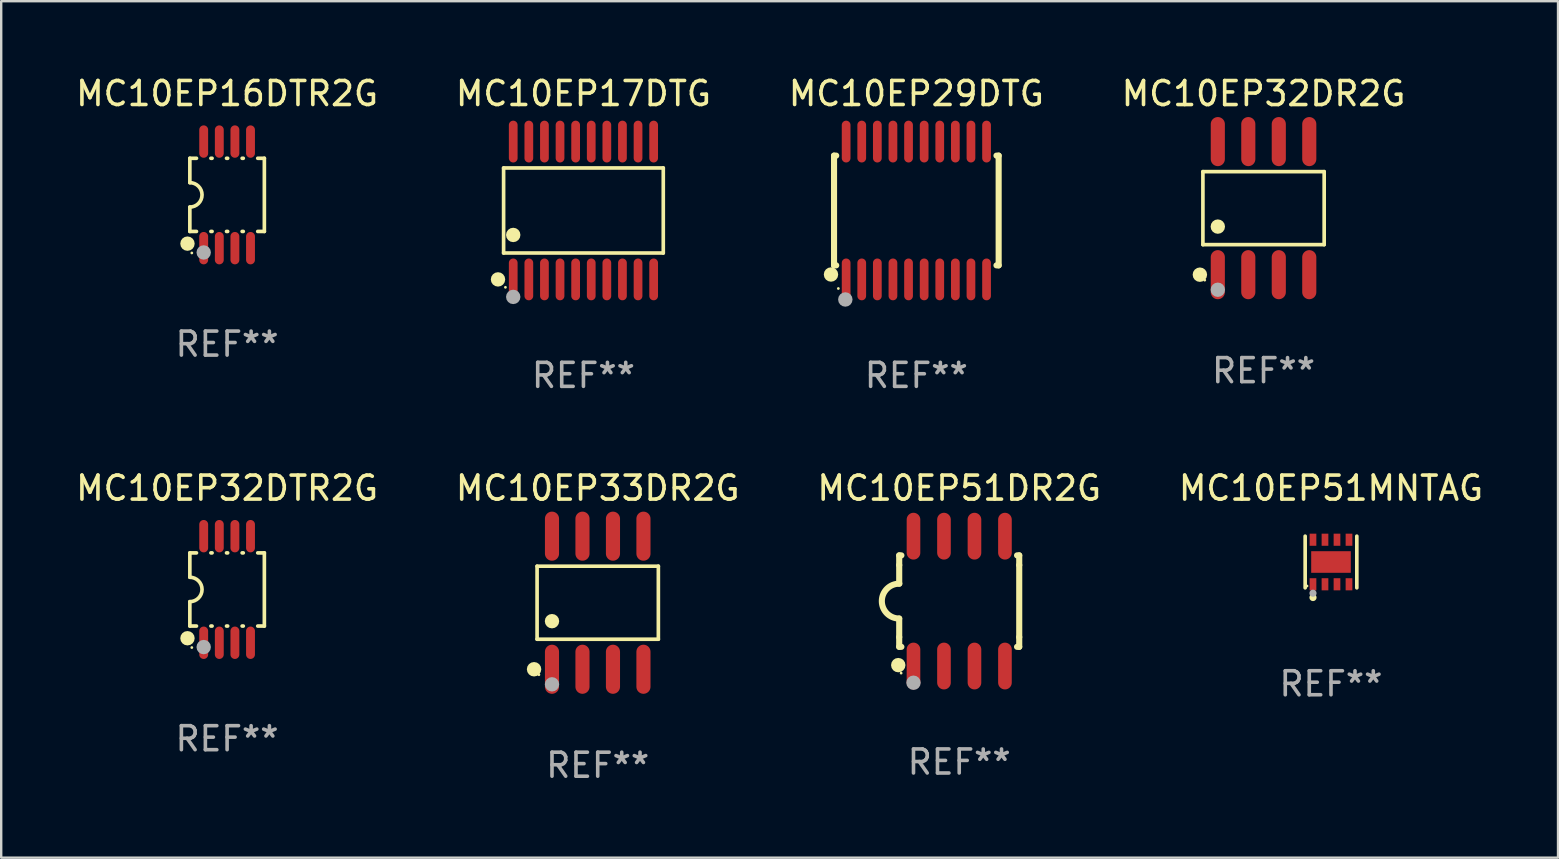
<source format=kicad_pcb>
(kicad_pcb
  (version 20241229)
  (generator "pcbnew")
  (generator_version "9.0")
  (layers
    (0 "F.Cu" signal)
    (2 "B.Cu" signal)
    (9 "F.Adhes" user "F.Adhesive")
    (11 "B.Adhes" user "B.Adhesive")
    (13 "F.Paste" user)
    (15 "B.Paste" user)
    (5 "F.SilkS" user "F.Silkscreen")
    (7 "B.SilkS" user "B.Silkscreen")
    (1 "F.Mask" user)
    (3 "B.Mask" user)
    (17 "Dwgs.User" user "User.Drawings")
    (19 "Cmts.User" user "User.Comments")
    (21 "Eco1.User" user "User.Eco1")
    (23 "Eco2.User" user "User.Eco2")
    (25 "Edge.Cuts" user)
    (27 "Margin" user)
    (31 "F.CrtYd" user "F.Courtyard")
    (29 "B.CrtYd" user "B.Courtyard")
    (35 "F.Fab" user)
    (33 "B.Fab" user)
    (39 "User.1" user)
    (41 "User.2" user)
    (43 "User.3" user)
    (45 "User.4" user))
  (footprint "MC10EP32DR2G"
    (layer "F.Cu")
    (at 49.589 5.621)
    (property "Reference" "MC10EP32DR2G" (at 0 -4.772 0) (layer "F.SilkS") (effects (font (size 1 1) (thickness 0.15))))
    (attr through_hole)
    (fp_line (start -2.526 -1.521) (end 2.526 -1.521) (stroke (width 0.152) (type solid)) (layer "F.SilkS"))
    (fp_line (start -2.526 1.521) (end -2.526 -1.521) (stroke (width 0.152) (type solid)) (layer "F.SilkS"))
    (fp_line (start 2.526 -1.521) (end 2.526 1.521) (stroke (width 0.152) (type solid)) (layer "F.SilkS"))
    (fp_line (start 2.526 1.521) (end -2.526 1.521) (stroke (width 0.152) (type solid)) (layer "F.SilkS"))
    (fp_circle (center -2.652 2.772) (end -2.501 2.772) (stroke (width 0.3) (type solid)) (fill no) (layer "F.SilkS"))
    (fp_circle (center -2.45 3) (end -2.42 3) (stroke (width 0.06) (type solid)) (fill no) (layer "F.SilkS"))
    (fp_circle (center -1.905 0.769) (end -1.755 0.769) (stroke (width 0.3) (type solid)) (fill no) (layer "F.SilkS"))
    (fp_circle (center -1.905 3.4) (end -1.755 3.4) (stroke (width 0.3) (type solid)) (fill no) (layer "F.Fab"))
    (fp_text user "REF**" (at 0 6.772 0) (layer "F.Fab") (effects (font (size 1 1) (thickness 0.15))))
    (pad "1" smd oval (at -1.905 2.772) (size 0.588 2.045) (layers "F.Cu" "F.Mask" "F.Paste"))
    (pad "2" smd oval (at -0.635 2.772) (size 0.588 2.045) (layers "F.Cu" "F.Mask" "F.Paste"))
    (pad "3" smd oval (at 0.635 2.772) (size 0.588 2.045) (layers "F.Cu" "F.Mask" "F.Paste"))
    (pad "4" smd oval (at 1.905 2.772) (size 0.588 2.045) (layers "F.Cu" "F.Mask" "F.Paste"))
    (pad "5" smd oval (at 1.905 -2.772) (size 0.588 2.045) (layers "F.Cu" "F.Mask" "F.Paste"))
    (pad "6" smd oval (at 0.635 -2.772) (size 0.588 2.045) (layers "F.Cu" "F.Mask" "F.Paste"))
    (pad "7" smd oval (at -0.635 -2.772) (size 0.588 2.045) (layers "F.Cu" "F.Mask" "F.Paste"))
    (pad "8" smd oval (at -1.905 -2.772) (size 0.588 2.045) (layers "F.Cu" "F.Mask" "F.Paste")))
  (footprint "MC10EP29DTG"
    (layer "F.Cu")
    (at 35.125 5.719)
    (property "Reference" "MC10EP29DTG" (at 0 -4.871 0) (layer "F.SilkS") (effects (font (size 1 1) (thickness 0.15))))
    (attr through_hole)
    (fp_line (start -3.429 -2.286) (end -3.429 2.286) (stroke (width 0.254) (type solid)) (layer "F.SilkS"))
    (fp_line (start -3.429 2.286) (end -3.338 2.286) (stroke (width 0.254) (type solid)) (layer "F.SilkS"))
    (fp_line (start -3.338 -2.286) (end -3.429 -2.286) (stroke (width 0.254) (type solid)) (layer "F.SilkS"))
    (fp_line (start 3.338 -2.286) (end 3.429 -2.286) (stroke (width 0.254) (type solid)) (layer "F.SilkS"))
    (fp_line (start 3.429 -2.286) (end 3.429 2.286) (stroke (width 0.254) (type solid)) (layer "F.SilkS"))
    (fp_line (start 3.429 2.286) (end 3.338 2.286) (stroke (width 0.254) (type solid)) (layer "F.SilkS"))
    (fp_circle (center -3.556 2.667) (end -3.406 2.667) (stroke (width 0.3) (type solid)) (fill no) (layer "F.SilkS"))
    (fp_circle (center -3.25 3.25) (end -3.22 3.25) (stroke (width 0.06) (type solid)) (fill no) (layer "F.SilkS"))
    (fp_circle (center -2.959 3.707) (end -2.808 3.707) (stroke (width 0.3) (type solid)) (fill no) (layer "F.Fab"))
    (fp_text user "REF**" (at 0 6.871 0) (layer "F.Fab") (effects (font (size 1 1) (thickness 0.15))))
    (pad "1" smd oval (at -2.925 2.871) (size 0.364 1.742) (layers "F.Cu" "F.Mask" "F.Paste"))
    (pad "2" smd oval (at -2.275 2.871) (size 0.364 1.742) (layers "F.Cu" "F.Mask" "F.Paste"))
    (pad "3" smd oval (at -1.625 2.871) (size 0.364 1.742) (layers "F.Cu" "F.Mask" "F.Paste"))
    (pad "4" smd oval (at -0.975 2.871) (size 0.364 1.742) (layers "F.Cu" "F.Mask" "F.Paste"))
    (pad "5" smd oval (at -0.325 2.871) (size 0.364 1.742) (layers "F.Cu" "F.Mask" "F.Paste"))
    (pad "6" smd oval (at 0.325 2.871) (size 0.364 1.742) (layers "F.Cu" "F.Mask" "F.Paste"))
    (pad "7" smd oval (at 0.975 2.871) (size 0.364 1.742) (layers "F.Cu" "F.Mask" "F.Paste"))
    (pad "8" smd oval (at 1.625 2.871) (size 0.364 1.742) (layers "F.Cu" "F.Mask" "F.Paste"))
    (pad "9" smd oval (at 2.275 2.871) (size 0.364 1.742) (layers "F.Cu" "F.Mask" "F.Paste"))
    (pad "10" smd oval (at 2.925 2.871) (size 0.364 1.742) (layers "F.Cu" "F.Mask" "F.Paste"))
    (pad "11" smd oval (at 2.925 -2.871) (size 0.364 1.742) (layers "F.Cu" "F.Mask" "F.Paste"))
    (pad "12" smd oval (at 2.275 -2.871) (size 0.364 1.742) (layers "F.Cu" "F.Mask" "F.Paste"))
    (pad "13" smd oval (at 1.625 -2.871) (size 0.364 1.742) (layers "F.Cu" "F.Mask" "F.Paste"))
    (pad "14" smd oval (at 0.975 -2.871) (size 0.364 1.742) (layers "F.Cu" "F.Mask" "F.Paste"))
    (pad "15" smd oval (at 0.325 -2.871) (size 0.364 1.742) (layers "F.Cu" "F.Mask" "F.Paste"))
    (pad "16" smd oval (at -0.325 -2.871) (size 0.364 1.742) (layers "F.Cu" "F.Mask" "F.Paste"))
    (pad "17" smd oval (at -0.975 -2.871) (size 0.364 1.742) (layers "F.Cu" "F.Mask" "F.Paste"))
    (pad "18" smd oval (at -1.625 -2.871) (size 0.364 1.742) (layers "F.Cu" "F.Mask" "F.Paste"))
    (pad "19" smd oval (at -2.275 -2.871) (size 0.364 1.742) (layers "F.Cu" "F.Mask" "F.Paste"))
    (pad "20" smd oval (at -2.925 -2.871) (size 0.364 1.742) (layers "F.Cu" "F.Mask" "F.Paste")))
  (footprint "MC10EP33DR2G"
    (layer "F.Cu")
    (at 21.851 22.059)
    (property "Reference" "MC10EP33DR2G" (at 0 -4.772 0) (layer "F.SilkS") (effects (font (size 1 1) (thickness 0.15))))
    (attr through_hole)
    (fp_line (start -2.526 -1.521) (end 2.526 -1.521) (stroke (width 0.152) (type solid)) (layer "F.SilkS"))
    (fp_line (start -2.526 1.521) (end -2.526 -1.521) (stroke (width 0.152) (type solid)) (layer "F.SilkS"))
    (fp_line (start 2.526 -1.521) (end 2.526 1.521) (stroke (width 0.152) (type solid)) (layer "F.SilkS"))
    (fp_line (start 2.526 1.521) (end -2.526 1.521) (stroke (width 0.152) (type solid)) (layer "F.SilkS"))
    (fp_circle (center -2.652 2.772) (end -2.501 2.772) (stroke (width 0.3) (type solid)) (fill no) (layer "F.SilkS"))
    (fp_circle (center -2.45 3) (end -2.42 3) (stroke (width 0.06) (type solid)) (fill no) (layer "F.SilkS"))
    (fp_circle (center -1.905 0.769) (end -1.755 0.769) (stroke (width 0.3) (type solid)) (fill no) (layer "F.SilkS"))
    (fp_circle (center -1.905 3.4) (end -1.755 3.4) (stroke (width 0.3) (type solid)) (fill no) (layer "F.Fab"))
    (fp_text user "REF**" (at 0 6.772 0) (layer "F.Fab") (effects (font (size 1 1) (thickness 0.15))))
    (pad "1" smd oval (at -1.905 2.772) (size 0.588 2.045) (layers "F.Cu" "F.Mask" "F.Paste"))
    (pad "2" smd oval (at -0.635 2.772) (size 0.588 2.045) (layers "F.Cu" "F.Mask" "F.Paste"))
    (pad "3" smd oval (at 0.635 2.772) (size 0.588 2.045) (layers "F.Cu" "F.Mask" "F.Paste"))
    (pad "4" smd oval (at 1.905 2.772) (size 0.588 2.045) (layers "F.Cu" "F.Mask" "F.Paste"))
    (pad "5" smd oval (at 1.905 -2.772) (size 0.588 2.045) (layers "F.Cu" "F.Mask" "F.Paste"))
    (pad "6" smd oval (at 0.635 -2.772) (size 0.588 2.045) (layers "F.Cu" "F.Mask" "F.Paste"))
    (pad "7" smd oval (at -0.635 -2.772) (size 0.588 2.045) (layers "F.Cu" "F.Mask" "F.Paste"))
    (pad "8" smd oval (at -1.905 -2.772) (size 0.588 2.045) (layers "F.Cu" "F.Mask" "F.Paste")))
  (footprint "MC10EP32DTR2G"
    (layer "F.Cu")
    (at 6.411 21.507)
    (property "Reference" "MC10EP32DTR2G" (at 0 -4.22 0) (layer "F.SilkS") (effects (font (size 1 1) (thickness 0.15))))
    (attr through_hole)
    (fp_line (start -1.552 -1.524) (end -1.276 -1.524) (stroke (width 0.152) (type solid)) (layer "F.SilkS"))
    (fp_line (start -1.552 -0.508) (end -1.552 -1.524) (stroke (width 0.152) (type solid)) (layer "F.SilkS"))
    (fp_line (start -1.552 1.524) (end -1.552 0.508) (stroke (width 0.152) (type solid)) (layer "F.SilkS"))
    (fp_line (start -1.552 1.524) (end -1.276 1.524) (stroke (width 0.152) (type solid)) (layer "F.SilkS"))
    (fp_line (start -0.674 -1.524) (end -0.626 -1.524) (stroke (width 0.152) (type solid)) (layer "F.SilkS"))
    (fp_line (start -0.674 1.524) (end -0.626 1.524) (stroke (width 0.152) (type solid)) (layer "F.SilkS"))
    (fp_line (start -0.024 -1.524) (end 0.024 -1.524) (stroke (width 0.152) (type solid)) (layer "F.SilkS"))
    (fp_line (start -0.024 1.524) (end 0.024 1.524) (stroke (width 0.152) (type solid)) (layer "F.SilkS"))
    (fp_line (start 0.626 -1.524) (end 0.674 -1.524) (stroke (width 0.152) (type solid)) (layer "F.SilkS"))
    (fp_line (start 0.626 1.524) (end 0.674 1.524) (stroke (width 0.152) (type solid)) (layer "F.SilkS"))
    (fp_line (start 1.276 1.524) (end 1.552 1.524) (stroke (width 0.152) (type solid)) (layer "F.SilkS"))
    (fp_line (start 1.276 -1.524) (end 1.552 -1.524) (stroke (width 0.152) (type solid)) (layer "F.SilkS"))
    (fp_line (start 1.552 -1.524) (end 1.552 1.524) (stroke (width 0.152) (type solid)) (layer "F.SilkS"))
    (fp_arc (start -1.551943 -0.508001) (mid -1.043942 0) (end -1.551943 0.508001) (stroke (width 0.151994) (type solid)) (layer "F.SilkS"))
    (fp_circle (center -1.651 2.032) (end -1.501 2.032) (stroke (width 0.3) (type solid)) (fill no) (layer "F.SilkS"))
    (fp_circle (center -1.47 2.42) (end -1.44 2.42) (stroke (width 0.06) (type solid)) (fill no) (layer "F.SilkS"))
    (fp_circle (center -0.975 2.4) (end -0.825 2.4) (stroke (width 0.3) (type solid)) (fill no) (layer "F.Fab"))
    (fp_text user "REF**" (at 0 6.22 0) (layer "F.Fab") (effects (font (size 1 1) (thickness 0.15))))
    (pad "1" smd oval (at -0.975 2.22) (size 0.37 1.35) (layers "F.Cu" "F.Mask" "F.Paste"))
    (pad "2" smd oval (at -0.325 2.22) (size 0.37 1.35) (layers "F.Cu" "F.Mask" "F.Paste"))
    (pad "3" smd oval (at 0.325 2.22) (size 0.37 1.35) (layers "F.Cu" "F.Mask" "F.Paste"))
    (pad "4" smd oval (at 0.975 2.22) (size 0.37 1.35) (layers "F.Cu" "F.Mask" "F.Paste"))
    (pad "5" smd oval (at 0.975 -2.22) (size 0.37 1.35) (layers "F.Cu" "F.Mask" "F.Paste"))
    (pad "6" smd oval (at 0.325 -2.22) (size 0.37 1.35) (layers "F.Cu" "F.Mask" "F.Paste"))
    (pad "7" smd oval (at -0.325 -2.22) (size 0.37 1.35) (layers "F.Cu" "F.Mask" "F.Paste"))
    (pad "8" smd oval (at -0.975 -2.22) (size 0.37 1.35) (layers "F.Cu" "F.Mask" "F.Paste")))
  (footprint "MC10EP51MNTAG"
    (layer "F.Cu")
    (at 52.399 20.363)
    (property "Reference" "MC10EP51MNTAG" (at 0 -3.076 0) (layer "F.SilkS") (effects (font (size 1 1) (thickness 0.15))))
    (attr through_hole)
    (fp_line (start -1.076 1.076) (end -1.076 -1.076) (stroke (width 0.152) (type solid)) (layer "F.SilkS"))
    (fp_line (start 1.076 1.076) (end 1.076 -1.076) (stroke (width 0.152) (type solid)) (layer "F.SilkS"))
    (fp_circle (center -1 1) (end -0.97 1) (stroke (width 0.06) (type solid)) (fill no) (layer "F.SilkS"))
    (fp_circle (center -0.75 1.48) (end -0.675 1.48) (stroke (width 0.15) (type solid)) (fill no) (layer "F.SilkS"))
    (fp_circle (center -0.75 1.3) (end -0.675 1.3) (stroke (width 0.15) (type solid)) (fill no) (layer "F.Fab"))
    (fp_text user "REF**" (at 0 5.076 0) (layer "F.Fab") (effects (font (size 1 1) (thickness 0.15))))
    (pad "1" smd rect (at -0.75 0.928) (size 0.28 0.505) (layers "F.Cu" "F.Mask" "F.Paste"))
    (pad "2" smd rect (at -0.25 0.928) (size 0.28 0.505) (layers "F.Cu" "F.Mask" "F.Paste"))
    (pad "3" smd rect (at 0.25 0.928) (size 0.28 0.505) (layers "F.Cu" "F.Mask" "F.Paste"))
    (pad "4" smd rect (at 0.75 0.928) (size 0.28 0.505) (layers "F.Cu" "F.Mask" "F.Paste"))
    (pad "5" smd rect (at 0.75 -0.928) (size 0.28 0.505) (layers "F.Cu" "F.Mask" "F.Paste"))
    (pad "6" smd rect (at 0.25 -0.928) (size 0.28 0.505) (layers "F.Cu" "F.Mask" "F.Paste"))
    (pad "7" smd rect (at -0.25 -0.928) (size 0.28 0.505) (layers "F.Cu" "F.Mask" "F.Paste"))
    (pad "8" smd rect (at -0.75 -0.928) (size 0.28 0.505) (layers "F.Cu" "F.Mask" "F.Paste"))
    (pad "9" smd rect (at 0 0) (size 1.65 0.9) (layers "F.Cu" "F.Mask" "F.Paste")))
  (footprint "MC10EP16DTR2G"
    (layer "F.Cu")
    (at 6.411 5.068)
    (property "Reference" "MC10EP16DTR2G" (at 0 -4.22 0) (layer "F.SilkS") (effects (font (size 1 1) (thickness 0.15))))
    (attr through_hole)
    (fp_line (start -1.552 -1.524) (end -1.276 -1.524) (stroke (width 0.152) (type solid)) (layer "F.SilkS"))
    (fp_line (start -1.552 -0.508) (end -1.552 -1.524) (stroke (width 0.152) (type solid)) (layer "F.SilkS"))
    (fp_line (start -1.552 1.524) (end -1.552 0.508) (stroke (width 0.152) (type solid)) (layer "F.SilkS"))
    (fp_line (start -1.552 1.524) (end -1.276 1.524) (stroke (width 0.152) (type solid)) (layer "F.SilkS"))
    (fp_line (start -0.674 -1.524) (end -0.626 -1.524) (stroke (width 0.152) (type solid)) (layer "F.SilkS"))
    (fp_line (start -0.674 1.524) (end -0.626 1.524) (stroke (width 0.152) (type solid)) (layer "F.SilkS"))
    (fp_line (start -0.024 -1.524) (end 0.024 -1.524) (stroke (width 0.152) (type solid)) (layer "F.SilkS"))
    (fp_line (start -0.024 1.524) (end 0.024 1.524) (stroke (width 0.152) (type solid)) (layer "F.SilkS"))
    (fp_line (start 0.626 -1.524) (end 0.674 -1.524) (stroke (width 0.152) (type solid)) (layer "F.SilkS"))
    (fp_line (start 0.626 1.524) (end 0.674 1.524) (stroke (width 0.152) (type solid)) (layer "F.SilkS"))
    (fp_line (start 1.276 1.524) (end 1.552 1.524) (stroke (width 0.152) (type solid)) (layer "F.SilkS"))
    (fp_line (start 1.276 -1.524) (end 1.552 -1.524) (stroke (width 0.152) (type solid)) (layer "F.SilkS"))
    (fp_line (start 1.552 -1.524) (end 1.552 1.524) (stroke (width 0.152) (type solid)) (layer "F.SilkS"))
    (fp_arc (start -1.551943 -0.508001) (mid -1.043942 0) (end -1.551943 0.508001) (stroke (width 0.151994) (type solid)) (layer "F.SilkS"))
    (fp_circle (center -1.651 2.032) (end -1.501 2.032) (stroke (width 0.3) (type solid)) (fill no) (layer "F.SilkS"))
    (fp_circle (center -1.47 2.42) (end -1.44 2.42) (stroke (width 0.06) (type solid)) (fill no) (layer "F.SilkS"))
    (fp_circle (center -0.975 2.4) (end -0.825 2.4) (stroke (width 0.3) (type solid)) (fill no) (layer "F.Fab"))
    (fp_text user "REF**" (at 0 6.22 0) (layer "F.Fab") (effects (font (size 1 1) (thickness 0.15))))
    (pad "1" smd oval (at -0.975 2.22) (size 0.37 1.35) (layers "F.Cu" "F.Mask" "F.Paste"))
    (pad "2" smd oval (at -0.325 2.22) (size 0.37 1.35) (layers "F.Cu" "F.Mask" "F.Paste"))
    (pad "3" smd oval (at 0.325 2.22) (size 0.37 1.35) (layers "F.Cu" "F.Mask" "F.Paste"))
    (pad "4" smd oval (at 0.975 2.22) (size 0.37 1.35) (layers "F.Cu" "F.Mask" "F.Paste"))
    (pad "5" smd oval (at 0.975 -2.22) (size 0.37 1.35) (layers "F.Cu" "F.Mask" "F.Paste"))
    (pad "6" smd oval (at 0.325 -2.22) (size 0.37 1.35) (layers "F.Cu" "F.Mask" "F.Paste"))
    (pad "7" smd oval (at -0.325 -2.22) (size 0.37 1.35) (layers "F.Cu" "F.Mask" "F.Paste"))
    (pad "8" smd oval (at -0.975 -2.22) (size 0.37 1.35) (layers "F.Cu" "F.Mask" "F.Paste")))
  (footprint "MC10EP17DTG"
    (layer "F.Cu")
    (at 21.256 5.719)
    (property "Reference" "MC10EP17DTG" (at 0 -4.871 0) (layer "F.SilkS") (effects (font (size 1 1) (thickness 0.15))))
    (attr through_hole)
    (fp_line (start -3.326 -1.771) (end 3.326 -1.771) (stroke (width 0.152) (type solid)) (layer "F.SilkS"))
    (fp_line (start -3.326 1.771) (end -3.326 -1.771) (stroke (width 0.152) (type solid)) (layer "F.SilkS"))
    (fp_line (start 3.326 -1.771) (end 3.326 1.771) (stroke (width 0.152) (type solid)) (layer "F.SilkS"))
    (fp_line (start 3.326 1.771) (end -3.326 1.771) (stroke (width 0.152) (type solid)) (layer "F.SilkS"))
    (fp_circle (center -3.559 2.871) (end -3.409 2.871) (stroke (width 0.3) (type solid)) (fill no) (layer "F.SilkS"))
    (fp_circle (center -3.25 3.2) (end -3.22 3.2) (stroke (width 0.06) (type solid)) (fill no) (layer "F.SilkS"))
    (fp_circle (center -2.925 1.019) (end -2.775 1.019) (stroke (width 0.3) (type solid)) (fill no) (layer "F.SilkS"))
    (fp_circle (center -2.925 3.6) (end -2.775 3.6) (stroke (width 0.3) (type solid)) (fill no) (layer "F.Fab"))
    (fp_text user "REF**" (at 0 6.871 0) (layer "F.Fab") (effects (font (size 1 1) (thickness 0.15))))
    (pad "1" smd oval (at -2.925 2.871) (size 0.364 1.742) (layers "F.Cu" "F.Mask" "F.Paste"))
    (pad "2" smd oval (at -2.275 2.871) (size 0.364 1.742) (layers "F.Cu" "F.Mask" "F.Paste"))
    (pad "3" smd oval (at -1.625 2.871) (size 0.364 1.742) (layers "F.Cu" "F.Mask" "F.Paste"))
    (pad "4" smd oval (at -0.975 2.871) (size 0.364 1.742) (layers "F.Cu" "F.Mask" "F.Paste"))
    (pad "5" smd oval (at -0.325 2.871) (size 0.364 1.742) (layers "F.Cu" "F.Mask" "F.Paste"))
    (pad "6" smd oval (at 0.325 2.871) (size 0.364 1.742) (layers "F.Cu" "F.Mask" "F.Paste"))
    (pad "7" smd oval (at 0.975 2.871) (size 0.364 1.742) (layers "F.Cu" "F.Mask" "F.Paste"))
    (pad "8" smd oval (at 1.625 2.871) (size 0.364 1.742) (layers "F.Cu" "F.Mask" "F.Paste"))
    (pad "9" smd oval (at 2.275 2.871) (size 0.364 1.742) (layers "F.Cu" "F.Mask" "F.Paste"))
    (pad "10" smd oval (at 2.925 2.871) (size 0.364 1.742) (layers "F.Cu" "F.Mask" "F.Paste"))
    (pad "11" smd oval (at 2.925 -2.871) (size 0.364 1.742) (layers "F.Cu" "F.Mask" "F.Paste"))
    (pad "12" smd oval (at 2.275 -2.871) (size 0.364 1.742) (layers "F.Cu" "F.Mask" "F.Paste"))
    (pad "13" smd oval (at 1.625 -2.871) (size 0.364 1.742) (layers "F.Cu" "F.Mask" "F.Paste"))
    (pad "14" smd oval (at 0.975 -2.871) (size 0.364 1.742) (layers "F.Cu" "F.Mask" "F.Paste"))
    (pad "15" smd oval (at 0.325 -2.871) (size 0.364 1.742) (layers "F.Cu" "F.Mask" "F.Paste"))
    (pad "16" smd oval (at -0.325 -2.871) (size 0.364 1.742) (layers "F.Cu" "F.Mask" "F.Paste"))
    (pad "17" smd oval (at -0.975 -2.871) (size 0.364 1.742) (layers "F.Cu" "F.Mask" "F.Paste"))
    (pad "18" smd oval (at -1.625 -2.871) (size 0.364 1.742) (layers "F.Cu" "F.Mask" "F.Paste"))
    (pad "19" smd oval (at -2.275 -2.871) (size 0.364 1.742) (layers "F.Cu" "F.Mask" "F.Paste"))
    (pad "20" smd oval (at -2.925 -2.871) (size 0.364 1.742) (layers "F.Cu" "F.Mask" "F.Paste")))
  (footprint "MC10EP51DR2G"
    (layer "F.Cu")
    (at 36.911 21.992)
    (property "Reference" "MC10EP51DR2G" (at 0 -4.705 0) (layer "F.SilkS") (effects (font (size 1 1) (thickness 0.15))))
    (attr through_hole)
    (fp_line (start -2.5 -1.905) (end -2.409 -1.905) (stroke (width 0.254) (type solid)) (layer "F.SilkS"))
    (fp_line (start -2.5 -1.5) (end -2.5 -1.905) (stroke (width 0.254) (type solid)) (layer "F.SilkS"))
    (fp_line (start -2.5 -1.5) (end -2.5 -0.726) (stroke (width 0.254) (type solid)) (layer "F.SilkS"))
    (fp_line (start -2.5 1.5) (end -2.5 0.727) (stroke (width 0.254) (type solid)) (layer "F.SilkS"))
    (fp_line (start -2.5 1.5) (end -2.5 1.905) (stroke (width 0.254) (type solid)) (layer "F.SilkS"))
    (fp_line (start -2.5 1.905) (end -2.409 1.905) (stroke (width 0.254) (type solid)) (layer "F.SilkS"))
    (fp_line (start 2.5 -1.905) (end 2.409 -1.905) (stroke (width 0.254) (type solid)) (layer "F.SilkS"))
    (fp_line (start 2.5 -1.5) (end 2.5 -1.905) (stroke (width 0.254) (type solid)) (layer "F.SilkS"))
    (fp_line (start 2.5 -1.5) (end 2.5 1.5) (stroke (width 0.254) (type solid)) (layer "F.SilkS"))
    (fp_line (start 2.5 1.5) (end 2.5 1.905) (stroke (width 0.254) (type solid)) (layer "F.SilkS"))
    (fp_line (start 2.5 1.905) (end 2.409 1.905) (stroke (width 0.254) (type solid)) (layer "F.SilkS"))
    (fp_arc (start -2.5 0.726568) (mid -3.220316 -0.0023) (end -2.495097 -0.726289) (stroke (width 0.254001) (type solid)) (layer "F.SilkS"))
    (fp_circle (center -2.54 2.667) (end -2.39 2.667) (stroke (width 0.3) (type solid)) (fill no) (layer "F.SilkS"))
    (fp_circle (center -2.42 3) (end -2.39 3) (stroke (width 0.06) (type solid)) (fill no) (layer "F.SilkS"))
    (fp_circle (center -1.905 3.4) (end -1.755 3.4) (stroke (width 0.3) (type solid)) (fill no) (layer "F.Fab"))
    (fp_text user "REF**" (at 0 6.705 0) (layer "F.Fab") (effects (font (size 1 1) (thickness 0.15))))
    (pad "1" smd oval (at -1.905 2.705) (size 0.568 1.95) (layers "F.Cu" "F.Mask" "F.Paste"))
    (pad "2" smd oval (at -0.635 2.705) (size 0.568 1.95) (layers "F.Cu" "F.Mask" "F.Paste"))
    (pad "3" smd oval (at 0.635 2.705) (size 0.568 1.95) (layers "F.Cu" "F.Mask" "F.Paste"))
    (pad "4" smd oval (at 1.905 2.705) (size 0.568 1.95) (layers "F.Cu" "F.Mask" "F.Paste"))
    (pad "5" smd oval (at 1.905 -2.705) (size 0.568 1.95) (layers "F.Cu" "F.Mask" "F.Paste"))
    (pad "6" smd oval (at 0.635 -2.705) (size 0.568 1.95) (layers "F.Cu" "F.Mask" "F.Paste"))
    (pad "7" smd oval (at -0.635 -2.705) (size 0.568 1.95) (layers "F.Cu" "F.Mask" "F.Paste"))
    (pad "8" smd oval (at -1.905 -2.705) (size 0.568 1.95) (layers "F.Cu" "F.Mask" "F.Paste")))
  (gr_rect
    (start -3 -3)
    (end 61.857 32.68)
    (stroke (width 0.1) (type default))
    (fill no)
    (layer "Edge.Cuts")))
</source>
